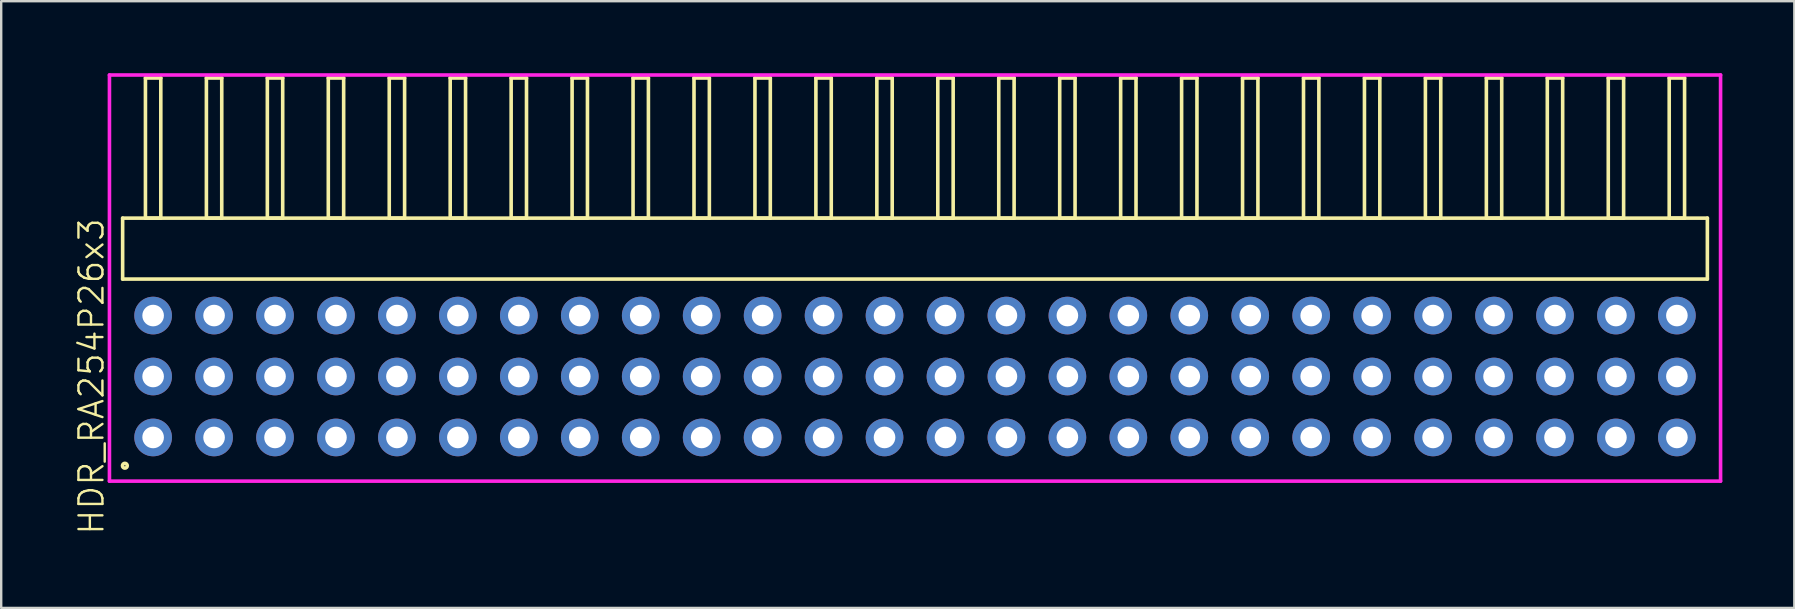
<source format=kicad_pcb>
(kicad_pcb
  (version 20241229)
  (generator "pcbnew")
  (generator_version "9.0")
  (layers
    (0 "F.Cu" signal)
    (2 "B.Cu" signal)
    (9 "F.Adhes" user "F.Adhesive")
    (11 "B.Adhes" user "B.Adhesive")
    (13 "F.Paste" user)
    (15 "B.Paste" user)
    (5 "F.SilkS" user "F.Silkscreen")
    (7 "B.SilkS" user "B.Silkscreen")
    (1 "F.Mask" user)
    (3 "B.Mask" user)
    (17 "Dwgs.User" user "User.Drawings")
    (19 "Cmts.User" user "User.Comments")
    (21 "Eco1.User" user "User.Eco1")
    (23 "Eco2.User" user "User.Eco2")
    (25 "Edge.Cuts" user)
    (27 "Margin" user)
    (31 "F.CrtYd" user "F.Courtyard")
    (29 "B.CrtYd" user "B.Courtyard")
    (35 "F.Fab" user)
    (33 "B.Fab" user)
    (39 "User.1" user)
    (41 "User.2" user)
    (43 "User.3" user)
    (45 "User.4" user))
  (footprint "HDR_RA254P26x3"
    (layer "F.Cu")
    (at 35.081 12.64)
    (property "Reference" "HDR_RA254P26x3" (at -34.32 0 90) (layer "F.SilkS") (effects (font (size 1 1) (thickness 0.1))))
    (attr through_hole)
    (fp_line (start -33.02 -6.6) (end -33.02 -4.06) (stroke (width 0.15) (type solid)) (layer "F.SilkS"))
    (fp_line (start -33.02 -4.06) (end 33.02 -4.06) (stroke (width 0.15) (type solid)) (layer "F.SilkS"))
    (fp_line (start -32.07 -12.44) (end -32.07 -6.6) (stroke (width 0.15) (type solid)) (layer "F.SilkS"))
    (fp_line (start -32.07 -6.6) (end -31.43 -6.6) (stroke (width 0.15) (type solid)) (layer "F.SilkS"))
    (fp_line (start -31.43 -12.44) (end -32.07 -12.44) (stroke (width 0.15) (type solid)) (layer "F.SilkS"))
    (fp_line (start -31.43 -6.6) (end -31.43 -12.44) (stroke (width 0.15) (type solid)) (layer "F.SilkS"))
    (fp_line (start -29.53 -12.44) (end -29.53 -6.6) (stroke (width 0.15) (type solid)) (layer "F.SilkS"))
    (fp_line (start -29.53 -6.6) (end -28.89 -6.6) (stroke (width 0.15) (type solid)) (layer "F.SilkS"))
    (fp_line (start -28.89 -12.44) (end -29.53 -12.44) (stroke (width 0.15) (type solid)) (layer "F.SilkS"))
    (fp_line (start -28.89 -6.6) (end -28.89 -12.44) (stroke (width 0.15) (type solid)) (layer "F.SilkS"))
    (fp_line (start -26.99 -12.44) (end -26.99 -6.6) (stroke (width 0.15) (type solid)) (layer "F.SilkS"))
    (fp_line (start -26.99 -6.6) (end -26.35 -6.6) (stroke (width 0.15) (type solid)) (layer "F.SilkS"))
    (fp_line (start -26.35 -12.44) (end -26.99 -12.44) (stroke (width 0.15) (type solid)) (layer "F.SilkS"))
    (fp_line (start -26.35 -6.6) (end -26.35 -12.44) (stroke (width 0.15) (type solid)) (layer "F.SilkS"))
    (fp_line (start -24.45 -12.44) (end -24.45 -6.6) (stroke (width 0.15) (type solid)) (layer "F.SilkS"))
    (fp_line (start -24.45 -6.6) (end -23.81 -6.6) (stroke (width 0.15) (type solid)) (layer "F.SilkS"))
    (fp_line (start -23.81 -12.44) (end -24.45 -12.44) (stroke (width 0.15) (type solid)) (layer "F.SilkS"))
    (fp_line (start -23.81 -6.6) (end -23.81 -12.44) (stroke (width 0.15) (type solid)) (layer "F.SilkS"))
    (fp_line (start -21.91 -12.44) (end -21.91 -6.6) (stroke (width 0.15) (type solid)) (layer "F.SilkS"))
    (fp_line (start -21.91 -6.6) (end -21.27 -6.6) (stroke (width 0.15) (type solid)) (layer "F.SilkS"))
    (fp_line (start -21.27 -12.44) (end -21.91 -12.44) (stroke (width 0.15) (type solid)) (layer "F.SilkS"))
    (fp_line (start -21.27 -6.6) (end -21.27 -12.44) (stroke (width 0.15) (type solid)) (layer "F.SilkS"))
    (fp_line (start -19.37 -12.44) (end -19.37 -6.6) (stroke (width 0.15) (type solid)) (layer "F.SilkS"))
    (fp_line (start -19.37 -6.6) (end -18.73 -6.6) (stroke (width 0.15) (type solid)) (layer "F.SilkS"))
    (fp_line (start -18.73 -12.44) (end -19.37 -12.44) (stroke (width 0.15) (type solid)) (layer "F.SilkS"))
    (fp_line (start -18.73 -6.6) (end -18.73 -12.44) (stroke (width 0.15) (type solid)) (layer "F.SilkS"))
    (fp_line (start -16.83 -12.44) (end -16.83 -6.6) (stroke (width 0.15) (type solid)) (layer "F.SilkS"))
    (fp_line (start -16.83 -6.6) (end -16.19 -6.6) (stroke (width 0.15) (type solid)) (layer "F.SilkS"))
    (fp_line (start -16.19 -12.44) (end -16.83 -12.44) (stroke (width 0.15) (type solid)) (layer "F.SilkS"))
    (fp_line (start -16.19 -6.6) (end -16.19 -12.44) (stroke (width 0.15) (type solid)) (layer "F.SilkS"))
    (fp_line (start -14.29 -12.44) (end -14.29 -6.6) (stroke (width 0.15) (type solid)) (layer "F.SilkS"))
    (fp_line (start -14.29 -6.6) (end -13.65 -6.6) (stroke (width 0.15) (type solid)) (layer "F.SilkS"))
    (fp_line (start -13.65 -12.44) (end -14.29 -12.44) (stroke (width 0.15) (type solid)) (layer "F.SilkS"))
    (fp_line (start -13.65 -6.6) (end -13.65 -12.44) (stroke (width 0.15) (type solid)) (layer "F.SilkS"))
    (fp_line (start -11.75 -12.44) (end -11.75 -6.6) (stroke (width 0.15) (type solid)) (layer "F.SilkS"))
    (fp_line (start -11.75 -6.6) (end -11.11 -6.6) (stroke (width 0.15) (type solid)) (layer "F.SilkS"))
    (fp_line (start -11.11 -12.44) (end -11.75 -12.44) (stroke (width 0.15) (type solid)) (layer "F.SilkS"))
    (fp_line (start -11.11 -6.6) (end -11.11 -12.44) (stroke (width 0.15) (type solid)) (layer "F.SilkS"))
    (fp_line (start -9.21 -12.44) (end -9.21 -6.6) (stroke (width 0.15) (type solid)) (layer "F.SilkS"))
    (fp_line (start -9.21 -6.6) (end -8.57 -6.6) (stroke (width 0.15) (type solid)) (layer "F.SilkS"))
    (fp_line (start -8.57 -12.44) (end -9.21 -12.44) (stroke (width 0.15) (type solid)) (layer "F.SilkS"))
    (fp_line (start -8.57 -6.6) (end -8.57 -12.44) (stroke (width 0.15) (type solid)) (layer "F.SilkS"))
    (fp_line (start -6.67 -12.44) (end -6.67 -6.6) (stroke (width 0.15) (type solid)) (layer "F.SilkS"))
    (fp_line (start -6.67 -6.6) (end -6.03 -6.6) (stroke (width 0.15) (type solid)) (layer "F.SilkS"))
    (fp_line (start -6.03 -12.44) (end -6.67 -12.44) (stroke (width 0.15) (type solid)) (layer "F.SilkS"))
    (fp_line (start -6.03 -6.6) (end -6.03 -12.44) (stroke (width 0.15) (type solid)) (layer "F.SilkS"))
    (fp_line (start -4.13 -12.44) (end -4.13 -6.6) (stroke (width 0.15) (type solid)) (layer "F.SilkS"))
    (fp_line (start -4.13 -6.6) (end -3.49 -6.6) (stroke (width 0.15) (type solid)) (layer "F.SilkS"))
    (fp_line (start -3.49 -12.44) (end -4.13 -12.44) (stroke (width 0.15) (type solid)) (layer "F.SilkS"))
    (fp_line (start -3.49 -6.6) (end -3.49 -12.44) (stroke (width 0.15) (type solid)) (layer "F.SilkS"))
    (fp_line (start -1.59 -12.44) (end -1.59 -6.6) (stroke (width 0.15) (type solid)) (layer "F.SilkS"))
    (fp_line (start -1.59 -6.6) (end -0.95 -6.6) (stroke (width 0.15) (type solid)) (layer "F.SilkS"))
    (fp_line (start -0.95 -12.44) (end -1.59 -12.44) (stroke (width 0.15) (type solid)) (layer "F.SilkS"))
    (fp_line (start -0.95 -6.6) (end -0.95 -12.44) (stroke (width 0.15) (type solid)) (layer "F.SilkS"))
    (fp_line (start 0.95 -12.44) (end 0.95 -6.6) (stroke (width 0.15) (type solid)) (layer "F.SilkS"))
    (fp_line (start 0.95 -6.6) (end 1.59 -6.6) (stroke (width 0.15) (type solid)) (layer "F.SilkS"))
    (fp_line (start 1.59 -12.44) (end 0.95 -12.44) (stroke (width 0.15) (type solid)) (layer "F.SilkS"))
    (fp_line (start 1.59 -6.6) (end 1.59 -12.44) (stroke (width 0.15) (type solid)) (layer "F.SilkS"))
    (fp_line (start 3.49 -12.44) (end 3.49 -6.6) (stroke (width 0.15) (type solid)) (layer "F.SilkS"))
    (fp_line (start 3.49 -6.6) (end 4.13 -6.6) (stroke (width 0.15) (type solid)) (layer "F.SilkS"))
    (fp_line (start 4.13 -12.44) (end 3.49 -12.44) (stroke (width 0.15) (type solid)) (layer "F.SilkS"))
    (fp_line (start 4.13 -6.6) (end 4.13 -12.44) (stroke (width 0.15) (type solid)) (layer "F.SilkS"))
    (fp_line (start 6.03 -12.44) (end 6.03 -6.6) (stroke (width 0.15) (type solid)) (layer "F.SilkS"))
    (fp_line (start 6.03 -6.6) (end 6.67 -6.6) (stroke (width 0.15) (type solid)) (layer "F.SilkS"))
    (fp_line (start 6.67 -12.44) (end 6.03 -12.44) (stroke (width 0.15) (type solid)) (layer "F.SilkS"))
    (fp_line (start 6.67 -6.6) (end 6.67 -12.44) (stroke (width 0.15) (type solid)) (layer "F.SilkS"))
    (fp_line (start 8.57 -12.44) (end 8.57 -6.6) (stroke (width 0.15) (type solid)) (layer "F.SilkS"))
    (fp_line (start 8.57 -6.6) (end 9.21 -6.6) (stroke (width 0.15) (type solid)) (layer "F.SilkS"))
    (fp_line (start 9.21 -12.44) (end 8.57 -12.44) (stroke (width 0.15) (type solid)) (layer "F.SilkS"))
    (fp_line (start 9.21 -6.6) (end 9.21 -12.44) (stroke (width 0.15) (type solid)) (layer "F.SilkS"))
    (fp_line (start 11.11 -12.44) (end 11.11 -6.6) (stroke (width 0.15) (type solid)) (layer "F.SilkS"))
    (fp_line (start 11.11 -6.6) (end 11.75 -6.6) (stroke (width 0.15) (type solid)) (layer "F.SilkS"))
    (fp_line (start 11.75 -12.44) (end 11.11 -12.44) (stroke (width 0.15) (type solid)) (layer "F.SilkS"))
    (fp_line (start 11.75 -6.6) (end 11.75 -12.44) (stroke (width 0.15) (type solid)) (layer "F.SilkS"))
    (fp_line (start 13.65 -12.44) (end 13.65 -6.6) (stroke (width 0.15) (type solid)) (layer "F.SilkS"))
    (fp_line (start 13.65 -6.6) (end 14.29 -6.6) (stroke (width 0.15) (type solid)) (layer "F.SilkS"))
    (fp_line (start 14.29 -12.44) (end 13.65 -12.44) (stroke (width 0.15) (type solid)) (layer "F.SilkS"))
    (fp_line (start 14.29 -6.6) (end 14.29 -12.44) (stroke (width 0.15) (type solid)) (layer "F.SilkS"))
    (fp_line (start 16.19 -12.44) (end 16.19 -6.6) (stroke (width 0.15) (type solid)) (layer "F.SilkS"))
    (fp_line (start 16.19 -6.6) (end 16.83 -6.6) (stroke (width 0.15) (type solid)) (layer "F.SilkS"))
    (fp_line (start 16.83 -12.44) (end 16.19 -12.44) (stroke (width 0.15) (type solid)) (layer "F.SilkS"))
    (fp_line (start 16.83 -6.6) (end 16.83 -12.44) (stroke (width 0.15) (type solid)) (layer "F.SilkS"))
    (fp_line (start 18.73 -12.44) (end 18.73 -6.6) (stroke (width 0.15) (type solid)) (layer "F.SilkS"))
    (fp_line (start 18.73 -6.6) (end 19.37 -6.6) (stroke (width 0.15) (type solid)) (layer "F.SilkS"))
    (fp_line (start 19.37 -12.44) (end 18.73 -12.44) (stroke (width 0.15) (type solid)) (layer "F.SilkS"))
    (fp_line (start 19.37 -6.6) (end 19.37 -12.44) (stroke (width 0.15) (type solid)) (layer "F.SilkS"))
    (fp_line (start 21.27 -12.44) (end 21.27 -6.6) (stroke (width 0.15) (type solid)) (layer "F.SilkS"))
    (fp_line (start 21.27 -6.6) (end 21.91 -6.6) (stroke (width 0.15) (type solid)) (layer "F.SilkS"))
    (fp_line (start 21.91 -12.44) (end 21.27 -12.44) (stroke (width 0.15) (type solid)) (layer "F.SilkS"))
    (fp_line (start 21.91 -6.6) (end 21.91 -12.44) (stroke (width 0.15) (type solid)) (layer "F.SilkS"))
    (fp_line (start 23.81 -12.44) (end 23.81 -6.6) (stroke (width 0.15) (type solid)) (layer "F.SilkS"))
    (fp_line (start 23.81 -6.6) (end 24.45 -6.6) (stroke (width 0.15) (type solid)) (layer "F.SilkS"))
    (fp_line (start 24.45 -12.44) (end 23.81 -12.44) (stroke (width 0.15) (type solid)) (layer "F.SilkS"))
    (fp_line (start 24.45 -6.6) (end 24.45 -12.44) (stroke (width 0.15) (type solid)) (layer "F.SilkS"))
    (fp_line (start 26.35 -12.44) (end 26.35 -6.6) (stroke (width 0.15) (type solid)) (layer "F.SilkS"))
    (fp_line (start 26.35 -6.6) (end 26.99 -6.6) (stroke (width 0.15) (type solid)) (layer "F.SilkS"))
    (fp_line (start 26.99 -12.44) (end 26.35 -12.44) (stroke (width 0.15) (type solid)) (layer "F.SilkS"))
    (fp_line (start 26.99 -6.6) (end 26.99 -12.44) (stroke (width 0.15) (type solid)) (layer "F.SilkS"))
    (fp_line (start 28.89 -12.44) (end 28.89 -6.6) (stroke (width 0.15) (type solid)) (layer "F.SilkS"))
    (fp_line (start 28.89 -6.6) (end 29.53 -6.6) (stroke (width 0.15) (type solid)) (layer "F.SilkS"))
    (fp_line (start 29.53 -12.44) (end 28.89 -12.44) (stroke (width 0.15) (type solid)) (layer "F.SilkS"))
    (fp_line (start 29.53 -6.6) (end 29.53 -12.44) (stroke (width 0.15) (type solid)) (layer "F.SilkS"))
    (fp_line (start 31.43 -12.44) (end 31.43 -6.6) (stroke (width 0.15) (type solid)) (layer "F.SilkS"))
    (fp_line (start 31.43 -6.6) (end 32.07 -6.6) (stroke (width 0.15) (type solid)) (layer "F.SilkS"))
    (fp_line (start 32.07 -12.44) (end 31.43 -12.44) (stroke (width 0.15) (type solid)) (layer "F.SilkS"))
    (fp_line (start 32.07 -6.6) (end 32.07 -12.44) (stroke (width 0.15) (type solid)) (layer "F.SilkS"))
    (fp_line (start 33.02 -6.6) (end -33.02 -6.6) (stroke (width 0.15) (type solid)) (layer "F.SilkS"))
    (fp_line (start 33.02 -4.06) (end 33.02 -6.6) (stroke (width 0.15) (type solid)) (layer "F.SilkS"))
    (fp_circle (center -32.927 3.718) (end -32.827 3.718) (stroke (width 0.15) (type solid)) (fill no) (layer "F.SilkS"))
    (fp_line (start -33.57 -12.565) (end -33.57 4.36) (stroke (width 0.15) (type solid)) (layer "F.CrtYd"))
    (fp_line (start -33.57 4.36) (end 33.57 4.36) (stroke (width 0.15) (type solid)) (layer "F.CrtYd"))
    (fp_line (start 33.57 -12.565) (end -33.57 -12.565) (stroke (width 0.15) (type solid)) (layer "F.CrtYd"))
    (fp_line (start 33.57 4.36) (end 33.57 -12.565) (stroke (width 0.15) (type solid)) (layer "F.CrtYd"))
    (pad "1" thru_hole oval (at -31.75 2.54) (size 1.57 1.57) (drill 0.9) (layers "*.Cu" "*.Mask"))
    (pad "2" thru_hole oval (at -31.75 0) (size 1.57 1.57) (drill 0.9) (layers "*.Cu" "*.Mask"))
    (pad "3" thru_hole oval (at -31.75 -2.54) (size 1.57 1.57) (drill 0.9) (layers "*.Cu" "*.Mask"))
    (pad "4" thru_hole oval (at -29.21 2.54) (size 1.57 1.57) (drill 0.9) (layers "*.Cu" "*.Mask"))
    (pad "5" thru_hole oval (at -29.21 0) (size 1.57 1.57) (drill 0.9) (layers "*.Cu" "*.Mask"))
    (pad "6" thru_hole oval (at -29.21 -2.54) (size 1.57 1.57) (drill 0.9) (layers "*.Cu" "*.Mask"))
    (pad "7" thru_hole oval (at -26.67 2.54) (size 1.57 1.57) (drill 0.9) (layers "*.Cu" "*.Mask"))
    (pad "8" thru_hole oval (at -26.67 0) (size 1.57 1.57) (drill 0.9) (layers "*.Cu" "*.Mask"))
    (pad "9" thru_hole oval (at -26.67 -2.54) (size 1.57 1.57) (drill 0.9) (layers "*.Cu" "*.Mask"))
    (pad "10" thru_hole oval (at -24.13 2.54) (size 1.57 1.57) (drill 0.9) (layers "*.Cu" "*.Mask"))
    (pad "11" thru_hole oval (at -24.13 0) (size 1.57 1.57) (drill 0.9) (layers "*.Cu" "*.Mask"))
    (pad "12" thru_hole oval (at -24.13 -2.54) (size 1.57 1.57) (drill 0.9) (layers "*.Cu" "*.Mask"))
    (pad "13" thru_hole oval (at -21.59 2.54) (size 1.57 1.57) (drill 0.9) (layers "*.Cu" "*.Mask"))
    (pad "14" thru_hole oval (at -21.59 0) (size 1.57 1.57) (drill 0.9) (layers "*.Cu" "*.Mask"))
    (pad "15" thru_hole oval (at -21.59 -2.54) (size 1.57 1.57) (drill 0.9) (layers "*.Cu" "*.Mask"))
    (pad "16" thru_hole oval (at -19.05 2.54) (size 1.57 1.57) (drill 0.9) (layers "*.Cu" "*.Mask"))
    (pad "17" thru_hole oval (at -19.05 0) (size 1.57 1.57) (drill 0.9) (layers "*.Cu" "*.Mask"))
    (pad "18" thru_hole oval (at -19.05 -2.54) (size 1.57 1.57) (drill 0.9) (layers "*.Cu" "*.Mask"))
    (pad "19" thru_hole oval (at -16.51 2.54) (size 1.57 1.57) (drill 0.9) (layers "*.Cu" "*.Mask"))
    (pad "20" thru_hole oval (at -16.51 0) (size 1.57 1.57) (drill 0.9) (layers "*.Cu" "*.Mask"))
    (pad "21" thru_hole oval (at -16.51 -2.54) (size 1.57 1.57) (drill 0.9) (layers "*.Cu" "*.Mask"))
    (pad "22" thru_hole oval (at -13.97 2.54) (size 1.57 1.57) (drill 0.9) (layers "*.Cu" "*.Mask"))
    (pad "23" thru_hole oval (at -13.97 0) (size 1.57 1.57) (drill 0.9) (layers "*.Cu" "*.Mask"))
    (pad "24" thru_hole oval (at -13.97 -2.54) (size 1.57 1.57) (drill 0.9) (layers "*.Cu" "*.Mask"))
    (pad "25" thru_hole oval (at -11.43 2.54) (size 1.57 1.57) (drill 0.9) (layers "*.Cu" "*.Mask"))
    (pad "26" thru_hole oval (at -11.43 0) (size 1.57 1.57) (drill 0.9) (layers "*.Cu" "*.Mask"))
    (pad "27" thru_hole oval (at -11.43 -2.54) (size 1.57 1.57) (drill 0.9) (layers "*.Cu" "*.Mask"))
    (pad "28" thru_hole oval (at -8.89 2.54) (size 1.57 1.57) (drill 0.9) (layers "*.Cu" "*.Mask"))
    (pad "29" thru_hole oval (at -8.89 0) (size 1.57 1.57) (drill 0.9) (layers "*.Cu" "*.Mask"))
    (pad "30" thru_hole oval (at -8.89 -2.54) (size 1.57 1.57) (drill 0.9) (layers "*.Cu" "*.Mask"))
    (pad "31" thru_hole oval (at -6.35 2.54) (size 1.57 1.57) (drill 0.9) (layers "*.Cu" "*.Mask"))
    (pad "32" thru_hole oval (at -6.35 0) (size 1.57 1.57) (drill 0.9) (layers "*.Cu" "*.Mask"))
    (pad "33" thru_hole oval (at -6.35 -2.54) (size 1.57 1.57) (drill 0.9) (layers "*.Cu" "*.Mask"))
    (pad "34" thru_hole oval (at -3.81 2.54) (size 1.57 1.57) (drill 0.9) (layers "*.Cu" "*.Mask"))
    (pad "35" thru_hole oval (at -3.81 0) (size 1.57 1.57) (drill 0.9) (layers "*.Cu" "*.Mask"))
    (pad "36" thru_hole oval (at -3.81 -2.54) (size 1.57 1.57) (drill 0.9) (layers "*.Cu" "*.Mask"))
    (pad "37" thru_hole oval (at -1.27 2.54) (size 1.57 1.57) (drill 0.9) (layers "*.Cu" "*.Mask"))
    (pad "38" thru_hole oval (at -1.27 0) (size 1.57 1.57) (drill 0.9) (layers "*.Cu" "*.Mask"))
    (pad "39" thru_hole oval (at -1.27 -2.54) (size 1.57 1.57) (drill 0.9) (layers "*.Cu" "*.Mask"))
    (pad "40" thru_hole oval (at 1.27 2.54) (size 1.57 1.57) (drill 0.9) (layers "*.Cu" "*.Mask"))
    (pad "41" thru_hole oval (at 1.27 0) (size 1.57 1.57) (drill 0.9) (layers "*.Cu" "*.Mask"))
    (pad "42" thru_hole oval (at 1.27 -2.54) (size 1.57 1.57) (drill 0.9) (layers "*.Cu" "*.Mask"))
    (pad "43" thru_hole oval (at 3.81 2.54) (size 1.57 1.57) (drill 0.9) (layers "*.Cu" "*.Mask"))
    (pad "44" thru_hole oval (at 3.81 0) (size 1.57 1.57) (drill 0.9) (layers "*.Cu" "*.Mask"))
    (pad "45" thru_hole oval (at 3.81 -2.54) (size 1.57 1.57) (drill 0.9) (layers "*.Cu" "*.Mask"))
    (pad "46" thru_hole oval (at 6.35 2.54) (size 1.57 1.57) (drill 0.9) (layers "*.Cu" "*.Mask"))
    (pad "47" thru_hole oval (at 6.35 0) (size 1.57 1.57) (drill 0.9) (layers "*.Cu" "*.Mask"))
    (pad "48" thru_hole oval (at 6.35 -2.54) (size 1.57 1.57) (drill 0.9) (layers "*.Cu" "*.Mask"))
    (pad "49" thru_hole oval (at 8.89 2.54) (size 1.57 1.57) (drill 0.9) (layers "*.Cu" "*.Mask"))
    (pad "50" thru_hole oval (at 8.89 0) (size 1.57 1.57) (drill 0.9) (layers "*.Cu" "*.Mask"))
    (pad "51" thru_hole oval (at 8.89 -2.54) (size 1.57 1.57) (drill 0.9) (layers "*.Cu" "*.Mask"))
    (pad "52" thru_hole oval (at 11.43 2.54) (size 1.57 1.57) (drill 0.9) (layers "*.Cu" "*.Mask"))
    (pad "53" thru_hole oval (at 11.43 0) (size 1.57 1.57) (drill 0.9) (layers "*.Cu" "*.Mask"))
    (pad "54" thru_hole oval (at 11.43 -2.54) (size 1.57 1.57) (drill 0.9) (layers "*.Cu" "*.Mask"))
    (pad "55" thru_hole oval (at 13.97 2.54) (size 1.57 1.57) (drill 0.9) (layers "*.Cu" "*.Mask"))
    (pad "56" thru_hole oval (at 13.97 0) (size 1.57 1.57) (drill 0.9) (layers "*.Cu" "*.Mask"))
    (pad "57" thru_hole oval (at 13.97 -2.54) (size 1.57 1.57) (drill 0.9) (layers "*.Cu" "*.Mask"))
    (pad "58" thru_hole oval (at 16.51 2.54) (size 1.57 1.57) (drill 0.9) (layers "*.Cu" "*.Mask"))
    (pad "59" thru_hole oval (at 16.51 0) (size 1.57 1.57) (drill 0.9) (layers "*.Cu" "*.Mask"))
    (pad "60" thru_hole oval (at 16.51 -2.54) (size 1.57 1.57) (drill 0.9) (layers "*.Cu" "*.Mask"))
    (pad "61" thru_hole oval (at 19.05 2.54) (size 1.57 1.57) (drill 0.9) (layers "*.Cu" "*.Mask"))
    (pad "62" thru_hole oval (at 19.05 0) (size 1.57 1.57) (drill 0.9) (layers "*.Cu" "*.Mask"))
    (pad "63" thru_hole oval (at 19.05 -2.54) (size 1.57 1.57) (drill 0.9) (layers "*.Cu" "*.Mask"))
    (pad "64" thru_hole oval (at 21.59 2.54) (size 1.57 1.57) (drill 0.9) (layers "*.Cu" "*.Mask"))
    (pad "65" thru_hole oval (at 21.59 0) (size 1.57 1.57) (drill 0.9) (layers "*.Cu" "*.Mask"))
    (pad "66" thru_hole oval (at 21.59 -2.54) (size 1.57 1.57) (drill 0.9) (layers "*.Cu" "*.Mask"))
    (pad "67" thru_hole oval (at 24.13 2.54) (size 1.57 1.57) (drill 0.9) (layers "*.Cu" "*.Mask"))
    (pad "68" thru_hole oval (at 24.13 0) (size 1.57 1.57) (drill 0.9) (layers "*.Cu" "*.Mask"))
    (pad "69" thru_hole oval (at 24.13 -2.54) (size 1.57 1.57) (drill 0.9) (layers "*.Cu" "*.Mask"))
    (pad "70" thru_hole oval (at 26.67 2.54) (size 1.57 1.57) (drill 0.9) (layers "*.Cu" "*.Mask"))
    (pad "71" thru_hole oval (at 26.67 0) (size 1.57 1.57) (drill 0.9) (layers "*.Cu" "*.Mask"))
    (pad "72" thru_hole oval (at 26.67 -2.54) (size 1.57 1.57) (drill 0.9) (layers "*.Cu" "*.Mask"))
    (pad "73" thru_hole oval (at 29.21 2.54) (size 1.57 1.57) (drill 0.9) (layers "*.Cu" "*.Mask"))
    (pad "74" thru_hole oval (at 29.21 0) (size 1.57 1.57) (drill 0.9) (layers "*.Cu" "*.Mask"))
    (pad "75" thru_hole oval (at 29.21 -2.54) (size 1.57 1.57) (drill 0.9) (layers "*.Cu" "*.Mask"))
    (pad "76" thru_hole oval (at 31.75 2.54) (size 1.57 1.57) (drill 0.9) (layers "*.Cu" "*.Mask"))
    (pad "77" thru_hole oval (at 31.75 0) (size 1.57 1.57) (drill 0.9) (layers "*.Cu" "*.Mask"))
    (pad "78" thru_hole oval (at 31.75 -2.54) (size 1.57 1.57) (drill 0.9) (layers "*.Cu" "*.Mask")))
  (gr_rect
    (start -3 -3)
    (end 71.725 22.285)
    (stroke (width 0.1) (type default))
    (fill no)
    (layer "Edge.Cuts")))
</source>
